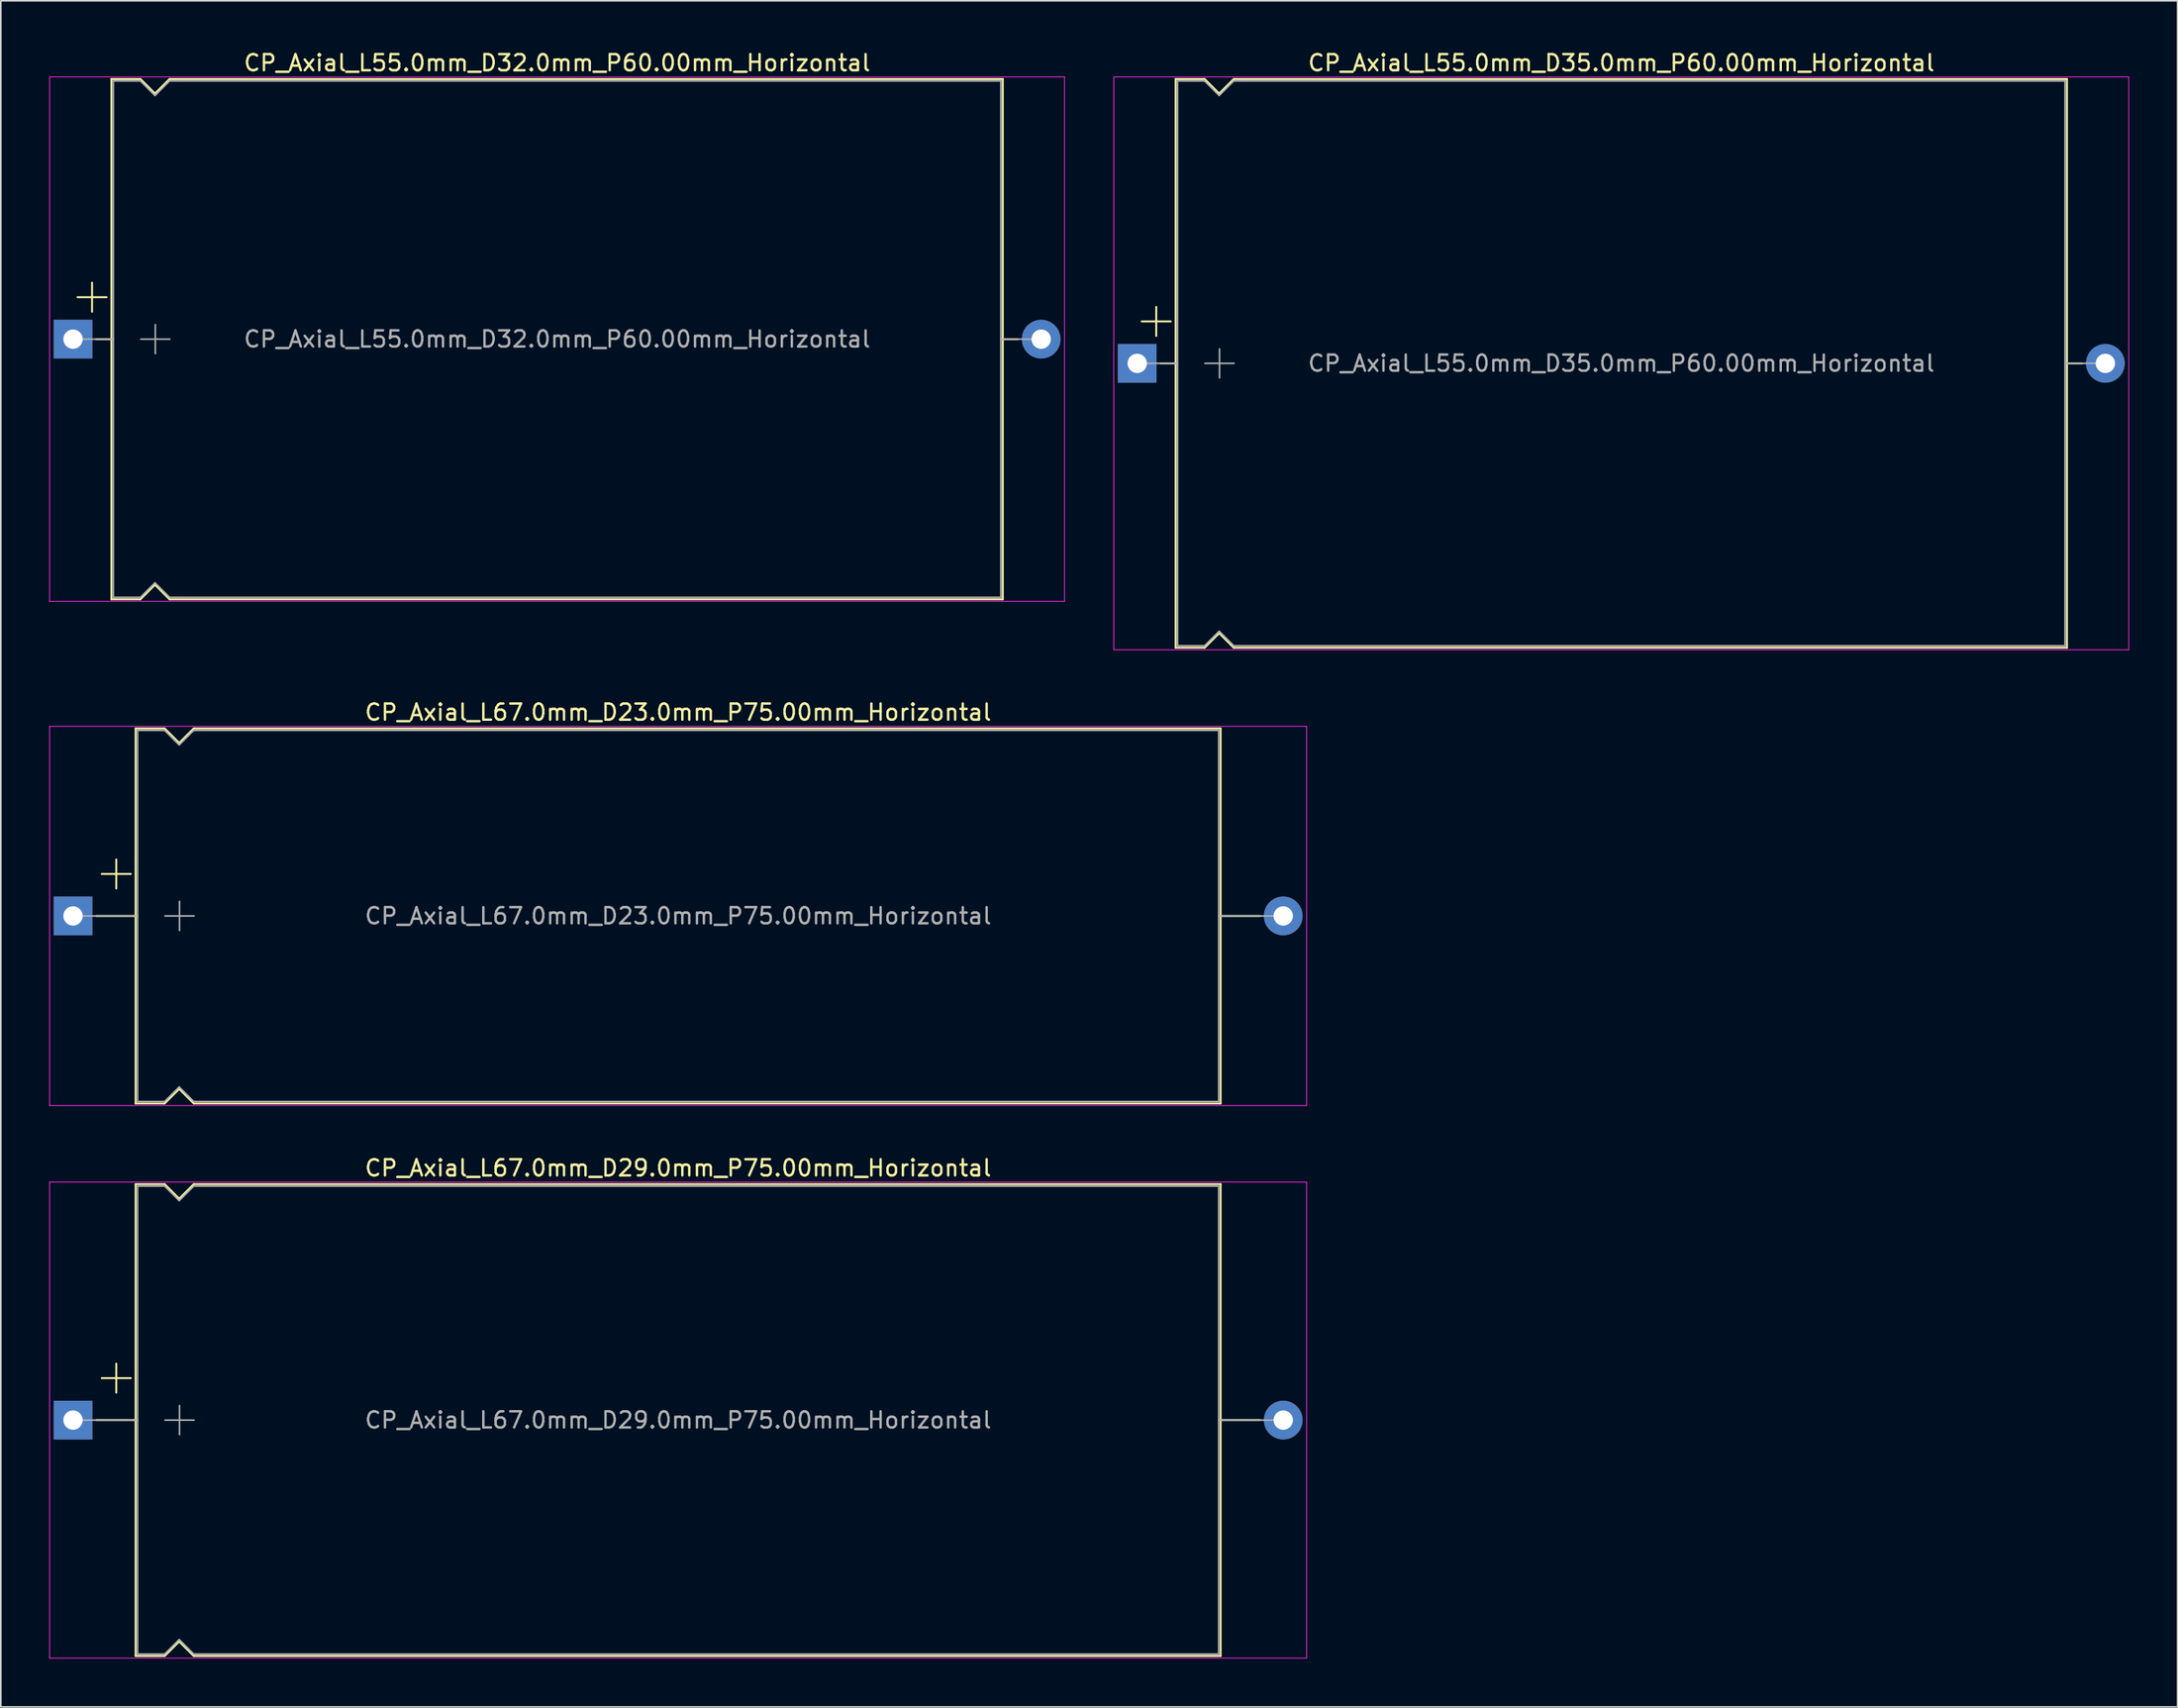
<source format=kicad_pcb>
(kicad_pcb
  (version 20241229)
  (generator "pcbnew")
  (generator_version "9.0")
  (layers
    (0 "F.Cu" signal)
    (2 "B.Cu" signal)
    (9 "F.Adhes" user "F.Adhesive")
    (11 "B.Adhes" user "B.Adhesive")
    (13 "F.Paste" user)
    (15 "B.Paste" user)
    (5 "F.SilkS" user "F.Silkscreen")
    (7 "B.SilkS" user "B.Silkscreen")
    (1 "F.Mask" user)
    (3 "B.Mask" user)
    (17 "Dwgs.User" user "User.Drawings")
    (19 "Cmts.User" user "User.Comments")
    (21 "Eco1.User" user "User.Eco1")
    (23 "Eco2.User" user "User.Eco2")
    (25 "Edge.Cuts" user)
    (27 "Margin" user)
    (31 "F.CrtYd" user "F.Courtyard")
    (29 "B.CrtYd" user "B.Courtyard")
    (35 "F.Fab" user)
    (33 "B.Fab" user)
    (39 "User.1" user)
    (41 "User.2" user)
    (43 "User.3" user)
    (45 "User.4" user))
  (footprint "CP_Axial_L67.0mm_D29.0mm_P75.00mm_Horizontal"
    (layer "F.Cu")
    (at 1.475 84.955)
    (property "Reference" "CP_Axial_L67.0mm_D29.0mm_P75.00mm_Horizontal" (at 37.5 -15.62 0) (layer "F.SilkS") (effects (font (size 1 1) (thickness 0.15))))
    (attr through_hole)
    (fp_line (start 1.44 0) (end 3.88 0) (stroke (width 0.12) (type solid)) (layer "F.SilkS"))
    (fp_line (start 1.78 -2.6) (end 3.58 -2.6) (stroke (width 0.12) (type solid)) (layer "F.SilkS"))
    (fp_line (start 2.68 -3.5) (end 2.68 -1.7) (stroke (width 0.12) (type solid)) (layer "F.SilkS"))
    (fp_line (start 3.88 -14.62) (end 3.88 14.62) (stroke (width 0.12) (type solid)) (layer "F.SilkS"))
    (fp_line (start 3.88 -14.62) (end 5.68 -14.62) (stroke (width 0.12) (type solid)) (layer "F.SilkS"))
    (fp_line (start 3.88 14.62) (end 5.68 14.62) (stroke (width 0.12) (type solid)) (layer "F.SilkS"))
    (fp_line (start 5.68 -14.62) (end 6.58 -13.72) (stroke (width 0.12) (type solid)) (layer "F.SilkS"))
    (fp_line (start 5.68 14.62) (end 6.58 13.72) (stroke (width 0.12) (type solid)) (layer "F.SilkS"))
    (fp_line (start 6.58 -13.72) (end 7.48 -14.62) (stroke (width 0.12) (type solid)) (layer "F.SilkS"))
    (fp_line (start 6.58 13.72) (end 7.48 14.62) (stroke (width 0.12) (type solid)) (layer "F.SilkS"))
    (fp_line (start 7.48 -14.62) (end 71.12 -14.62) (stroke (width 0.12) (type solid)) (layer "F.SilkS"))
    (fp_line (start 7.48 14.62) (end 71.12 14.62) (stroke (width 0.12) (type solid)) (layer "F.SilkS"))
    (fp_line (start 71.12 -14.62) (end 71.12 14.62) (stroke (width 0.12) (type solid)) (layer "F.SilkS"))
    (fp_line (start 73.56 0) (end 71.12 0) (stroke (width 0.12) (type solid)) (layer "F.SilkS"))
    (fp_line (start -1.45 -14.75) (end -1.45 14.75) (stroke (width 0.05) (type solid)) (layer "F.CrtYd"))
    (fp_line (start -1.45 14.75) (end 76.45 14.75) (stroke (width 0.05) (type solid)) (layer "F.CrtYd"))
    (fp_line (start 76.45 -14.75) (end -1.45 -14.75) (stroke (width 0.05) (type solid)) (layer "F.CrtYd"))
    (fp_line (start 76.45 14.75) (end 76.45 -14.75) (stroke (width 0.05) (type solid)) (layer "F.CrtYd"))
    (fp_line (start 0 0) (end 4 0) (stroke (width 0.1) (type solid)) (layer "F.Fab"))
    (fp_line (start 4 -14.5) (end 4 14.5) (stroke (width 0.1) (type solid)) (layer "F.Fab"))
    (fp_line (start 4 -14.5) (end 5.68 -14.5) (stroke (width 0.1) (type solid)) (layer "F.Fab"))
    (fp_line (start 4 14.5) (end 5.68 14.5) (stroke (width 0.1) (type solid)) (layer "F.Fab"))
    (fp_line (start 5.68 -14.5) (end 6.58 -13.6) (stroke (width 0.1) (type solid)) (layer "F.Fab"))
    (fp_line (start 5.68 14.5) (end 6.58 13.6) (stroke (width 0.1) (type solid)) (layer "F.Fab"))
    (fp_line (start 5.7 0) (end 7.5 0) (stroke (width 0.1) (type solid)) (layer "F.Fab"))
    (fp_line (start 6.58 -13.6) (end 7.48 -14.5) (stroke (width 0.1) (type solid)) (layer "F.Fab"))
    (fp_line (start 6.58 13.6) (end 7.48 14.5) (stroke (width 0.1) (type solid)) (layer "F.Fab"))
    (fp_line (start 6.6 -0.9) (end 6.6 0.9) (stroke (width 0.1) (type solid)) (layer "F.Fab"))
    (fp_line (start 7.48 -14.5) (end 71 -14.5) (stroke (width 0.1) (type solid)) (layer "F.Fab"))
    (fp_line (start 7.48 14.5) (end 71 14.5) (stroke (width 0.1) (type solid)) (layer "F.Fab"))
    (fp_line (start 71 -14.5) (end 71 14.5) (stroke (width 0.1) (type solid)) (layer "F.Fab"))
    (fp_line (start 75 0) (end 71 0) (stroke (width 0.1) (type solid)) (layer "F.Fab"))
    (fp_text user "${REFERENCE}" (at 37.5 0 0) (layer "F.Fab") (effects (font (size 1 1) (thickness 0.15))))
    (pad "1" thru_hole rect (at 0 0) (size 2.4 2.4) (drill 1.2) (layers "*.Cu" "*.Mask"))
    (pad "2" thru_hole oval (at 75 0) (size 2.4 2.4) (drill 1.2) (layers "*.Cu" "*.Mask")))
  (footprint "CP_Axial_L55.0mm_D35.0mm_P60.00mm_Horizontal"
    (layer "F.Cu")
    (at 67.425 19.468)
    (property "Reference" "CP_Axial_L55.0mm_D35.0mm_P60.00mm_Horizontal" (at 30 -18.62 0) (layer "F.SilkS") (effects (font (size 1 1) (thickness 0.15))))
    (attr through_hole)
    (fp_line (start 0.28 -2.6) (end 2.08 -2.6) (stroke (width 0.12) (type solid)) (layer "F.SilkS"))
    (fp_line (start 1.18 -3.5) (end 1.18 -1.7) (stroke (width 0.12) (type solid)) (layer "F.SilkS"))
    (fp_line (start 1.44 0) (end 2.38 0) (stroke (width 0.12) (type solid)) (layer "F.SilkS"))
    (fp_line (start 2.38 -17.62) (end 2.38 17.62) (stroke (width 0.12) (type solid)) (layer "F.SilkS"))
    (fp_line (start 2.38 -17.62) (end 4.18 -17.62) (stroke (width 0.12) (type solid)) (layer "F.SilkS"))
    (fp_line (start 2.38 17.62) (end 4.18 17.62) (stroke (width 0.12) (type solid)) (layer "F.SilkS"))
    (fp_line (start 4.18 -17.62) (end 5.08 -16.72) (stroke (width 0.12) (type solid)) (layer "F.SilkS"))
    (fp_line (start 4.18 17.62) (end 5.08 16.72) (stroke (width 0.12) (type solid)) (layer "F.SilkS"))
    (fp_line (start 5.08 -16.72) (end 5.98 -17.62) (stroke (width 0.12) (type solid)) (layer "F.SilkS"))
    (fp_line (start 5.08 16.72) (end 5.98 17.62) (stroke (width 0.12) (type solid)) (layer "F.SilkS"))
    (fp_line (start 5.98 -17.62) (end 57.62 -17.62) (stroke (width 0.12) (type solid)) (layer "F.SilkS"))
    (fp_line (start 5.98 17.62) (end 57.62 17.62) (stroke (width 0.12) (type solid)) (layer "F.SilkS"))
    (fp_line (start 57.62 -17.62) (end 57.62 17.62) (stroke (width 0.12) (type solid)) (layer "F.SilkS"))
    (fp_line (start 58.56 0) (end 57.62 0) (stroke (width 0.12) (type solid)) (layer "F.SilkS"))
    (fp_line (start -1.45 -17.75) (end -1.45 17.75) (stroke (width 0.05) (type solid)) (layer "F.CrtYd"))
    (fp_line (start -1.45 17.75) (end 61.45 17.75) (stroke (width 0.05) (type solid)) (layer "F.CrtYd"))
    (fp_line (start 61.45 -17.75) (end -1.45 -17.75) (stroke (width 0.05) (type solid)) (layer "F.CrtYd"))
    (fp_line (start 61.45 17.75) (end 61.45 -17.75) (stroke (width 0.05) (type solid)) (layer "F.CrtYd"))
    (fp_line (start 0 0) (end 2.5 0) (stroke (width 0.1) (type solid)) (layer "F.Fab"))
    (fp_line (start 2.5 -17.5) (end 2.5 17.5) (stroke (width 0.1) (type solid)) (layer "F.Fab"))
    (fp_line (start 2.5 -17.5) (end 4.18 -17.5) (stroke (width 0.1) (type solid)) (layer "F.Fab"))
    (fp_line (start 2.5 17.5) (end 4.18 17.5) (stroke (width 0.1) (type solid)) (layer "F.Fab"))
    (fp_line (start 4.18 -17.5) (end 5.08 -16.6) (stroke (width 0.1) (type solid)) (layer "F.Fab"))
    (fp_line (start 4.18 17.5) (end 5.08 16.6) (stroke (width 0.1) (type solid)) (layer "F.Fab"))
    (fp_line (start 4.2 0) (end 6 0) (stroke (width 0.1) (type solid)) (layer "F.Fab"))
    (fp_line (start 5.08 -16.6) (end 5.98 -17.5) (stroke (width 0.1) (type solid)) (layer "F.Fab"))
    (fp_line (start 5.08 16.6) (end 5.98 17.5) (stroke (width 0.1) (type solid)) (layer "F.Fab"))
    (fp_line (start 5.1 -0.9) (end 5.1 0.9) (stroke (width 0.1) (type solid)) (layer "F.Fab"))
    (fp_line (start 5.98 -17.5) (end 57.5 -17.5) (stroke (width 0.1) (type solid)) (layer "F.Fab"))
    (fp_line (start 5.98 17.5) (end 57.5 17.5) (stroke (width 0.1) (type solid)) (layer "F.Fab"))
    (fp_line (start 57.5 -17.5) (end 57.5 17.5) (stroke (width 0.1) (type solid)) (layer "F.Fab"))
    (fp_line (start 60 0) (end 57.5 0) (stroke (width 0.1) (type solid)) (layer "F.Fab"))
    (fp_text user "${REFERENCE}" (at 30 0 0) (layer "F.Fab") (effects (font (size 1 1) (thickness 0.15))))
    (pad "1" thru_hole rect (at 0 0) (size 2.4 2.4) (drill 1.2) (layers "*.Cu" "*.Mask"))
    (pad "2" thru_hole oval (at 60 0) (size 2.4 2.4) (drill 1.2) (layers "*.Cu" "*.Mask")))
  (footprint "CP_Axial_L55.0mm_D32.0mm_P60.00mm_Horizontal"
    (layer "F.Cu")
    (at 1.475 17.968)
    (property "Reference" "CP_Axial_L55.0mm_D32.0mm_P60.00mm_Horizontal" (at 30 -17.12 0) (layer "F.SilkS") (effects (font (size 1 1) (thickness 0.15))))
    (attr through_hole)
    (fp_line (start 0.28 -2.6) (end 2.08 -2.6) (stroke (width 0.12) (type solid)) (layer "F.SilkS"))
    (fp_line (start 1.18 -3.5) (end 1.18 -1.7) (stroke (width 0.12) (type solid)) (layer "F.SilkS"))
    (fp_line (start 1.44 0) (end 2.38 0) (stroke (width 0.12) (type solid)) (layer "F.SilkS"))
    (fp_line (start 2.38 -16.12) (end 2.38 16.12) (stroke (width 0.12) (type solid)) (layer "F.SilkS"))
    (fp_line (start 2.38 -16.12) (end 4.18 -16.12) (stroke (width 0.12) (type solid)) (layer "F.SilkS"))
    (fp_line (start 2.38 16.12) (end 4.18 16.12) (stroke (width 0.12) (type solid)) (layer "F.SilkS"))
    (fp_line (start 4.18 -16.12) (end 5.08 -15.22) (stroke (width 0.12) (type solid)) (layer "F.SilkS"))
    (fp_line (start 4.18 16.12) (end 5.08 15.22) (stroke (width 0.12) (type solid)) (layer "F.SilkS"))
    (fp_line (start 5.08 -15.22) (end 5.98 -16.12) (stroke (width 0.12) (type solid)) (layer "F.SilkS"))
    (fp_line (start 5.08 15.22) (end 5.98 16.12) (stroke (width 0.12) (type solid)) (layer "F.SilkS"))
    (fp_line (start 5.98 -16.12) (end 57.62 -16.12) (stroke (width 0.12) (type solid)) (layer "F.SilkS"))
    (fp_line (start 5.98 16.12) (end 57.62 16.12) (stroke (width 0.12) (type solid)) (layer "F.SilkS"))
    (fp_line (start 57.62 -16.12) (end 57.62 16.12) (stroke (width 0.12) (type solid)) (layer "F.SilkS"))
    (fp_line (start 58.56 0) (end 57.62 0) (stroke (width 0.12) (type solid)) (layer "F.SilkS"))
    (fp_line (start -1.45 -16.25) (end -1.45 16.25) (stroke (width 0.05) (type solid)) (layer "F.CrtYd"))
    (fp_line (start -1.45 16.25) (end 61.45 16.25) (stroke (width 0.05) (type solid)) (layer "F.CrtYd"))
    (fp_line (start 61.45 -16.25) (end -1.45 -16.25) (stroke (width 0.05) (type solid)) (layer "F.CrtYd"))
    (fp_line (start 61.45 16.25) (end 61.45 -16.25) (stroke (width 0.05) (type solid)) (layer "F.CrtYd"))
    (fp_line (start 0 0) (end 2.5 0) (stroke (width 0.1) (type solid)) (layer "F.Fab"))
    (fp_line (start 2.5 -16) (end 2.5 16) (stroke (width 0.1) (type solid)) (layer "F.Fab"))
    (fp_line (start 2.5 -16) (end 4.18 -16) (stroke (width 0.1) (type solid)) (layer "F.Fab"))
    (fp_line (start 2.5 16) (end 4.18 16) (stroke (width 0.1) (type solid)) (layer "F.Fab"))
    (fp_line (start 4.18 -16) (end 5.08 -15.1) (stroke (width 0.1) (type solid)) (layer "F.Fab"))
    (fp_line (start 4.18 16) (end 5.08 15.1) (stroke (width 0.1) (type solid)) (layer "F.Fab"))
    (fp_line (start 4.2 0) (end 6 0) (stroke (width 0.1) (type solid)) (layer "F.Fab"))
    (fp_line (start 5.08 -15.1) (end 5.98 -16) (stroke (width 0.1) (type solid)) (layer "F.Fab"))
    (fp_line (start 5.08 15.1) (end 5.98 16) (stroke (width 0.1) (type solid)) (layer "F.Fab"))
    (fp_line (start 5.1 -0.9) (end 5.1 0.9) (stroke (width 0.1) (type solid)) (layer "F.Fab"))
    (fp_line (start 5.98 -16) (end 57.5 -16) (stroke (width 0.1) (type solid)) (layer "F.Fab"))
    (fp_line (start 5.98 16) (end 57.5 16) (stroke (width 0.1) (type solid)) (layer "F.Fab"))
    (fp_line (start 57.5 -16) (end 57.5 16) (stroke (width 0.1) (type solid)) (layer "F.Fab"))
    (fp_line (start 60 0) (end 57.5 0) (stroke (width 0.1) (type solid)) (layer "F.Fab"))
    (fp_text user "${REFERENCE}" (at 30 0 0) (layer "F.Fab") (effects (font (size 1 1) (thickness 0.15))))
    (pad "1" thru_hole rect (at 0 0) (size 2.4 2.4) (drill 1.2) (layers "*.Cu" "*.Mask"))
    (pad "2" thru_hole oval (at 60 0) (size 2.4 2.4) (drill 1.2) (layers "*.Cu" "*.Mask")))
  (footprint "CP_Axial_L67.0mm_D23.0mm_P75.00mm_Horizontal"
    (layer "F.Cu")
    (at 1.475 53.712)
    (property "Reference" "CP_Axial_L67.0mm_D23.0mm_P75.00mm_Horizontal" (at 37.5 -12.62 0) (layer "F.SilkS") (effects (font (size 1 1) (thickness 0.15))))
    (attr through_hole)
    (fp_line (start 1.44 0) (end 3.88 0) (stroke (width 0.12) (type solid)) (layer "F.SilkS"))
    (fp_line (start 1.78 -2.6) (end 3.58 -2.6) (stroke (width 0.12) (type solid)) (layer "F.SilkS"))
    (fp_line (start 2.68 -3.5) (end 2.68 -1.7) (stroke (width 0.12) (type solid)) (layer "F.SilkS"))
    (fp_line (start 3.88 -11.62) (end 3.88 11.62) (stroke (width 0.12) (type solid)) (layer "F.SilkS"))
    (fp_line (start 3.88 -11.62) (end 5.68 -11.62) (stroke (width 0.12) (type solid)) (layer "F.SilkS"))
    (fp_line (start 3.88 11.62) (end 5.68 11.62) (stroke (width 0.12) (type solid)) (layer "F.SilkS"))
    (fp_line (start 5.68 -11.62) (end 6.58 -10.72) (stroke (width 0.12) (type solid)) (layer "F.SilkS"))
    (fp_line (start 5.68 11.62) (end 6.58 10.72) (stroke (width 0.12) (type solid)) (layer "F.SilkS"))
    (fp_line (start 6.58 -10.72) (end 7.48 -11.62) (stroke (width 0.12) (type solid)) (layer "F.SilkS"))
    (fp_line (start 6.58 10.72) (end 7.48 11.62) (stroke (width 0.12) (type solid)) (layer "F.SilkS"))
    (fp_line (start 7.48 -11.62) (end 71.12 -11.62) (stroke (width 0.12) (type solid)) (layer "F.SilkS"))
    (fp_line (start 7.48 11.62) (end 71.12 11.62) (stroke (width 0.12) (type solid)) (layer "F.SilkS"))
    (fp_line (start 71.12 -11.62) (end 71.12 11.62) (stroke (width 0.12) (type solid)) (layer "F.SilkS"))
    (fp_line (start 73.56 0) (end 71.12 0) (stroke (width 0.12) (type solid)) (layer "F.SilkS"))
    (fp_line (start -1.45 -11.75) (end -1.45 11.75) (stroke (width 0.05) (type solid)) (layer "F.CrtYd"))
    (fp_line (start -1.45 11.75) (end 76.45 11.75) (stroke (width 0.05) (type solid)) (layer "F.CrtYd"))
    (fp_line (start 76.45 -11.75) (end -1.45 -11.75) (stroke (width 0.05) (type solid)) (layer "F.CrtYd"))
    (fp_line (start 76.45 11.75) (end 76.45 -11.75) (stroke (width 0.05) (type solid)) (layer "F.CrtYd"))
    (fp_line (start 0 0) (end 4 0) (stroke (width 0.1) (type solid)) (layer "F.Fab"))
    (fp_line (start 4 -11.5) (end 4 11.5) (stroke (width 0.1) (type solid)) (layer "F.Fab"))
    (fp_line (start 4 -11.5) (end 5.68 -11.5) (stroke (width 0.1) (type solid)) (layer "F.Fab"))
    (fp_line (start 4 11.5) (end 5.68 11.5) (stroke (width 0.1) (type solid)) (layer "F.Fab"))
    (fp_line (start 5.68 -11.5) (end 6.58 -10.6) (stroke (width 0.1) (type solid)) (layer "F.Fab"))
    (fp_line (start 5.68 11.5) (end 6.58 10.6) (stroke (width 0.1) (type solid)) (layer "F.Fab"))
    (fp_line (start 5.7 0) (end 7.5 0) (stroke (width 0.1) (type solid)) (layer "F.Fab"))
    (fp_line (start 6.58 -10.6) (end 7.48 -11.5) (stroke (width 0.1) (type solid)) (layer "F.Fab"))
    (fp_line (start 6.58 10.6) (end 7.48 11.5) (stroke (width 0.1) (type solid)) (layer "F.Fab"))
    (fp_line (start 6.6 -0.9) (end 6.6 0.9) (stroke (width 0.1) (type solid)) (layer "F.Fab"))
    (fp_line (start 7.48 -11.5) (end 71 -11.5) (stroke (width 0.1) (type solid)) (layer "F.Fab"))
    (fp_line (start 7.48 11.5) (end 71 11.5) (stroke (width 0.1) (type solid)) (layer "F.Fab"))
    (fp_line (start 71 -11.5) (end 71 11.5) (stroke (width 0.1) (type solid)) (layer "F.Fab"))
    (fp_line (start 75 0) (end 71 0) (stroke (width 0.1) (type solid)) (layer "F.Fab"))
    (fp_text user "${REFERENCE}" (at 37.5 0 0) (layer "F.Fab") (effects (font (size 1 1) (thickness 0.15))))
    (pad "1" thru_hole rect (at 0 0) (size 2.4 2.4) (drill 1.2) (layers "*.Cu" "*.Mask"))
    (pad "2" thru_hole oval (at 75 0) (size 2.4 2.4) (drill 1.2) (layers "*.Cu" "*.Mask")))
  (gr_rect
    (start -3 -3)
    (end 131.9 102.73)
    (stroke (width 0.1) (type default))
    (fill no)
    (layer "Edge.Cuts")))
</source>
